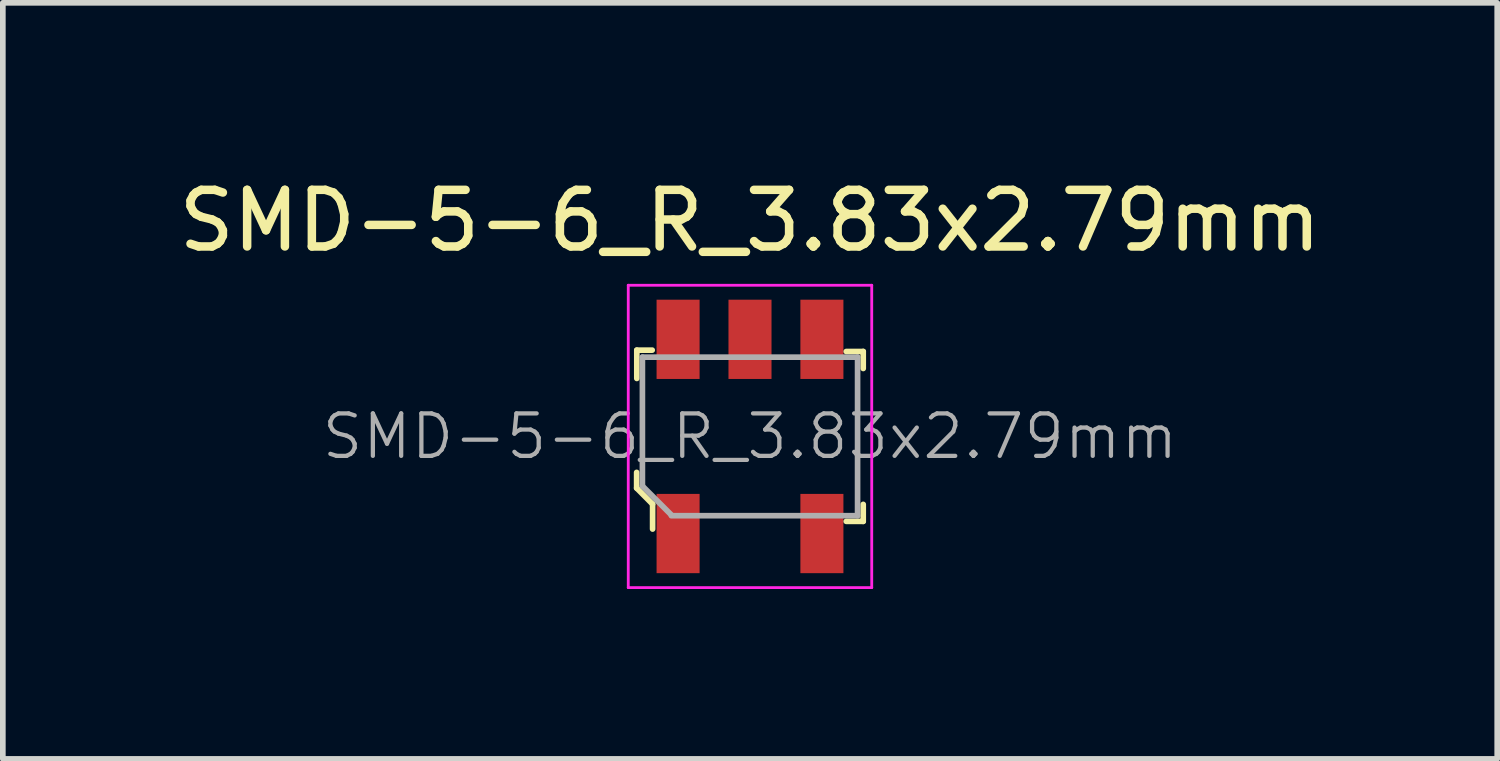
<source format=kicad_pcb>
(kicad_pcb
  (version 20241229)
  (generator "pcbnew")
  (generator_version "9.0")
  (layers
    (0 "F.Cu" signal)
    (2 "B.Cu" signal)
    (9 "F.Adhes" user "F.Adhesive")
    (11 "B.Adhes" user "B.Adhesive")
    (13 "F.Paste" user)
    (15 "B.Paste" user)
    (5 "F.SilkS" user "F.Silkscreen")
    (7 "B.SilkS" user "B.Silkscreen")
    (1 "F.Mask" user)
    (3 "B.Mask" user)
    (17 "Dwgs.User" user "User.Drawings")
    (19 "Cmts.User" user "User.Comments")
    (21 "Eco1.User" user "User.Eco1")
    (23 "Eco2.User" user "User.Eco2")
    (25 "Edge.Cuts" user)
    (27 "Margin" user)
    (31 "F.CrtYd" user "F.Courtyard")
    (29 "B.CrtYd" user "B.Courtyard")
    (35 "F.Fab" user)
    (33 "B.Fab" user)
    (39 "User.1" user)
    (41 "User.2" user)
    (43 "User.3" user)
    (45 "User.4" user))
  (footprint "SMD-5-6_R_3.83x2.79mm"
    (layer "F.Cu")
    (at 10.196 4.658)
    (property "Reference" "SMD-5-6_R_3.83x2.79mm" (at 0 -3.81 0) (layer "F.SilkS") (effects (font (size 1 1) (thickness 0.15))))
    (attr through_hole)
    (fp_line (start -2.002 0.635) (end -2.002 0.912) (stroke (width 0.1) (type solid)) (layer "F.SilkS"))
    (fp_line (start -2.002 0.912) (end -1.72 1.196) (stroke (width 0.1) (type solid)) (layer "F.SilkS"))
    (fp_line (start -1.999 -1.524) (end -1.727 -1.524) (stroke (width 0.1) (type solid)) (layer "F.SilkS"))
    (fp_line (start -1.999 -1.024) (end -1.999 -1.524) (stroke (width 0.1) (type solid)) (layer "F.SilkS"))
    (fp_line (start -1.72 1.196) (end -1.72 1.636) (stroke (width 0.1) (type solid)) (layer "F.SilkS"))
    (fp_line (start 1.7 -1.5) (end 2 -1.5) (stroke (width 0.1) (type solid)) (layer "F.SilkS"))
    (fp_line (start 1.7 1.5) (end 2 1.5) (stroke (width 0.1) (type solid)) (layer "F.SilkS"))
    (fp_line (start 2 -1.5) (end 2 -1.2) (stroke (width 0.1) (type solid)) (layer "F.SilkS"))
    (fp_line (start 2 1.5) (end 2 1.2) (stroke (width 0.1) (type solid)) (layer "F.SilkS"))
    (fp_line (start -2.15 -2.67) (end 2.15 -2.67) (stroke (width 0.05) (type solid)) (layer "F.CrtYd"))
    (fp_line (start -2.15 2.67) (end -2.15 -2.67) (stroke (width 0.05) (type solid)) (layer "F.CrtYd"))
    (fp_line (start -2.15 2.67) (end 2.15 2.67) (stroke (width 0.05) (type solid)) (layer "F.CrtYd"))
    (fp_line (start 2.15 2.67) (end 2.15 -2.67) (stroke (width 0.05) (type solid)) (layer "F.CrtYd"))
    (fp_line (start -1.9 -1.4) (end -1.9 0.876) (stroke (width 0.1) (type solid)) (layer "F.Fab"))
    (fp_line (start -1.9 -1.4) (end 1.9 -1.4) (stroke (width 0.1) (type solid)) (layer "F.Fab"))
    (fp_line (start -1.9 0.876) (end -1.389 1.387) (stroke (width 0.1) (type solid)) (layer "F.Fab"))
    (fp_line (start -1.389 1.4) (end 1.9 1.4) (stroke (width 0.1) (type solid)) (layer "F.Fab"))
    (fp_line (start 1.9 1.4) (end 1.9 -1.4) (stroke (width 0.1) (type solid)) (layer "F.Fab"))
    (fp_text user "${REFERENCE}" (at 0 0 0) (layer "F.Fab") (effects (font (size 0.75 0.75) (thickness 0.075))))
    (pad "1" smd rect (at -1.27 1.715) (size 0.76 1.4) (layers "F.Cu" "F.Mask" "F.Paste"))
    (pad "2" smd rect (at 1.27 1.715) (size 0.76 1.4) (layers "F.Cu" "F.Mask" "F.Paste"))
    (pad "3" smd rect (at 1.27 -1.715) (size 0.76 1.4) (layers "F.Cu" "F.Mask" "F.Paste"))
    (pad "4" smd rect (at 0 -1.715) (size 0.76 1.4) (layers "F.Cu" "F.Mask" "F.Paste"))
    (pad "5" smd rect (at -1.27 -1.715) (size 0.76 1.4) (layers "F.Cu" "F.Mask" "F.Paste")))
  (gr_rect
    (start -3 -3)
    (end 23.393 10.353)
    (stroke (width 0.1) (type default))
    (fill no)
    (layer "Edge.Cuts")))
</source>
